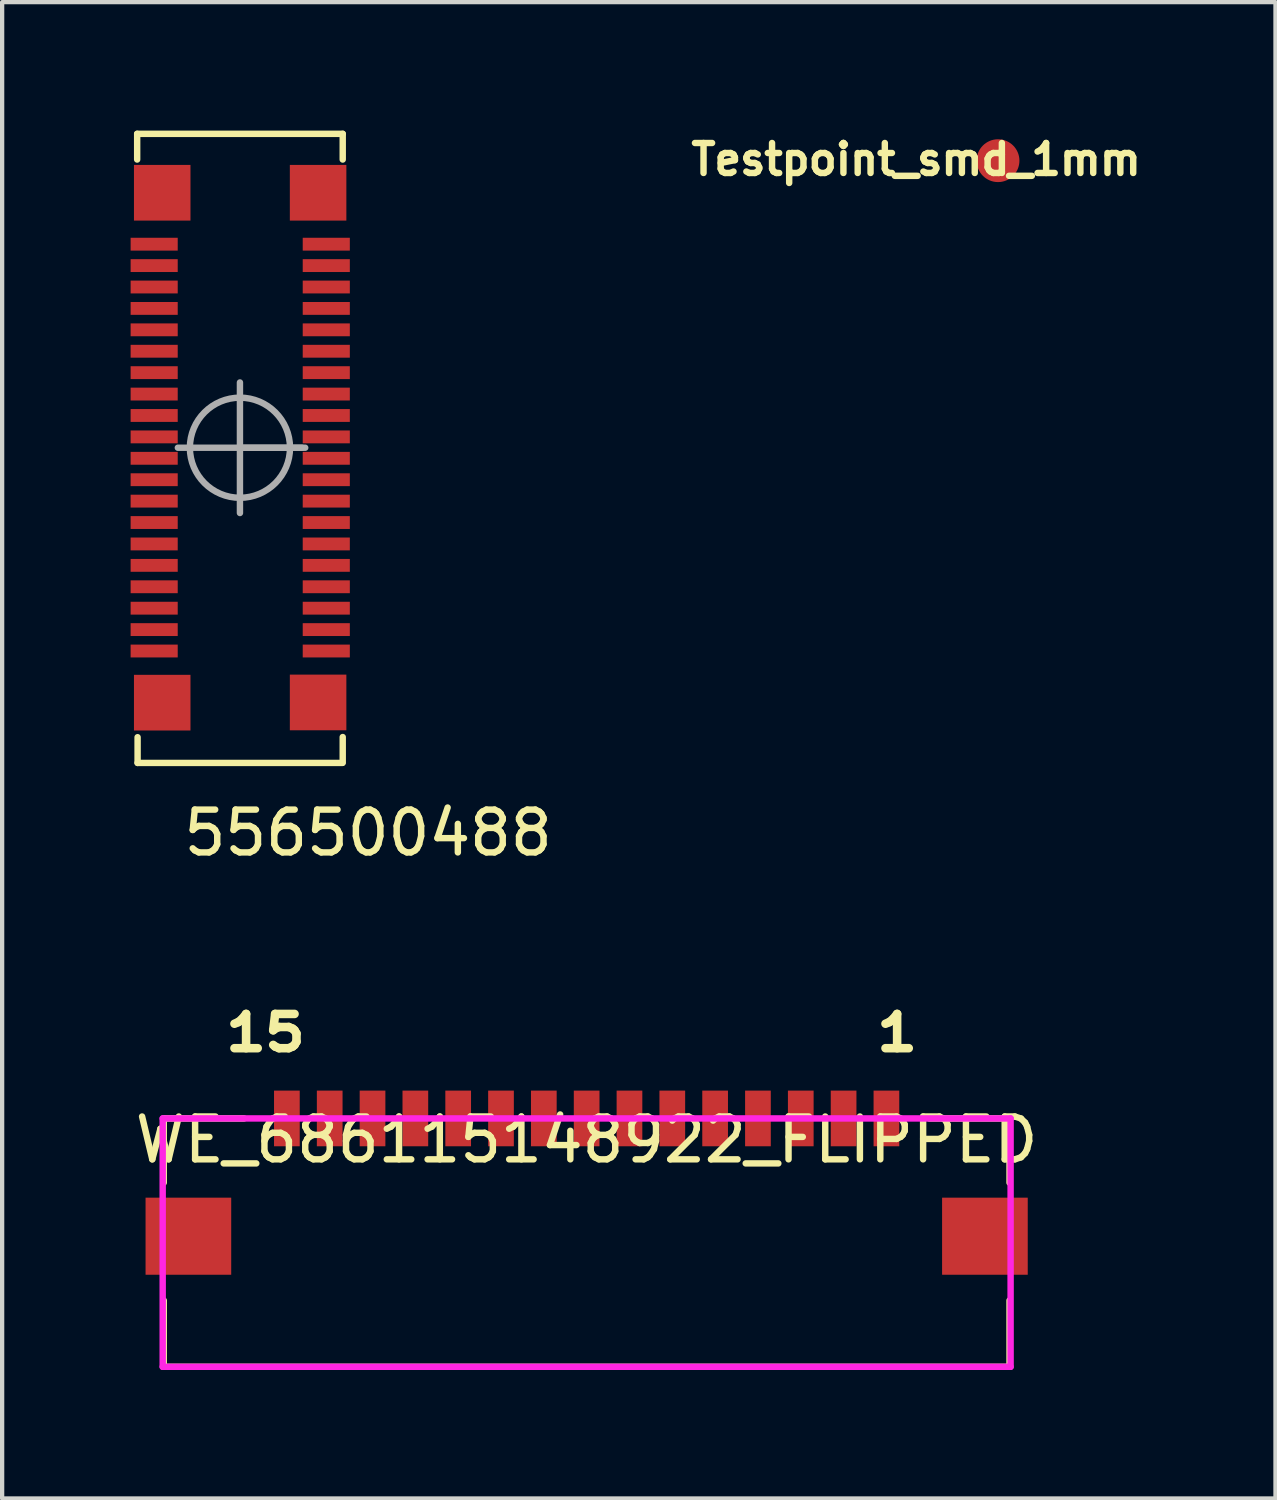
<source format=kicad_pcb>
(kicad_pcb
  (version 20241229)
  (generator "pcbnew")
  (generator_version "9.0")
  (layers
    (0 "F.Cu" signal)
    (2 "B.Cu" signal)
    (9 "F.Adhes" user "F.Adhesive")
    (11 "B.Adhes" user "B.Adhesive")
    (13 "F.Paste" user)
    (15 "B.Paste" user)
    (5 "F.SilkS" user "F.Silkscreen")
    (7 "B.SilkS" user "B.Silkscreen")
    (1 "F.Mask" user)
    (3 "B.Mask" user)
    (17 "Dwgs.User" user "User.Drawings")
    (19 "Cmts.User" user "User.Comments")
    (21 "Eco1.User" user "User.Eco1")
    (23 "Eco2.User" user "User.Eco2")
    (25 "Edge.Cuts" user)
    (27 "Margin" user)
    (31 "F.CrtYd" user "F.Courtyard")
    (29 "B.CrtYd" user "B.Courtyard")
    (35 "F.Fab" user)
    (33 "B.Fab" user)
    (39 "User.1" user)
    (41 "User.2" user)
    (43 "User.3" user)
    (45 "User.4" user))
  (footprint "Testpoint_smd_1mm"
    (layer "F.Cu")
    (at 20.255 0.753)
    (property "Reference" "Testpoint_smd_1mm" (at -1.91 -0.08 0) (layer "F.SilkS") (effects (font (size 0.7 0.7) (thickness 0.15))))
    (attr exclude_from_pos_files exclude_from_bom)
    (pad "1" smd circle (at 0 -0.051) (size 1 1) (layers "F.Cu" "F.Mask")))
  (footprint "556500488"
    (layer "F.Cu")
    (at 2.546 7.4)
    (property "Reference" "556500488" (at 3 9 0) (layer "F.SilkS") (effects (font (size 1 1) (thickness 0.15))))
    (attr smd)
    (fp_line (start -2.393 -7.325) (end 2.407 -7.325) (stroke (width 0.15) (type solid)) (layer "F.SilkS"))
    (fp_line (start -2.393 -6.725) (end -2.393 -7.325) (stroke (width 0.15) (type solid)) (layer "F.SilkS"))
    (fp_line (start -2.383 7.365) (end -2.383 6.765) (stroke (width 0.15) (type solid)) (layer "F.SilkS"))
    (fp_line (start 2.397 7.365) (end -2.383 7.365) (stroke (width 0.15) (type solid)) (layer "F.SilkS"))
    (fp_line (start 2.407 -7.325) (end 2.407 -6.725) (stroke (width 0.15) (type solid)) (layer "F.SilkS"))
    (fp_line (start 2.407 6.761) (end 2.407 7.361) (stroke (width 0.15) (type solid)) (layer "F.SilkS"))
    (fp_line (start 0.007 0.005) (end -1.443 0.005) (stroke (width 0.15) (type solid)) (layer "F.Fab"))
    (fp_line (start 0.007 0.005) (end 0.007 -1.519) (stroke (width 0.15) (type solid)) (layer "F.Fab"))
    (fp_line (start 0.007 0.005) (end 0.007 1.529) (stroke (width 0.15) (type solid)) (layer "F.Fab"))
    (fp_line (start 0.007 0.005) (end 1.457 0.005) (stroke (width 0.15) (type solid)) (layer "F.Fab"))
    (fp_line (start 0.007 0.005) (end 1.531 0.005) (stroke (width 0.15) (type solid)) (layer "F.Fab"))
    (fp_circle (center 0.007 0.005) (end 1.176 0.005) (stroke (width 0.15) (type solid)) (fill no) (layer "F.Fab"))
    (pad "" smd rect (at -1.808 -5.949 90) (size 1.3 1.32) (layers "F.Cu" "F.Mask" "F.Paste"))
    (pad "" smd rect (at -1.808 5.958 90) (size 1.3 1.32) (layers "F.Cu" "F.Mask" "F.Paste"))
    (pad "" smd rect (at 1.832 -5.949 90) (size 1.3 1.32) (layers "F.Cu" "F.Mask" "F.Paste"))
    (pad "" smd rect (at 1.832 5.953 90) (size 1.3 1.32) (layers "F.Cu" "F.Mask" "F.Paste"))
    (pad "1" smd rect (at 2.023 -4.748 90) (size 0.3 1.1) (layers "F.Cu" "F.Mask" "F.Paste"))
    (pad "2" smd rect (at 2.023 -4.248 90) (size 0.3 1.1) (layers "F.Cu" "F.Mask" "F.Paste"))
    (pad "3" smd rect (at 2.023 -3.748 90) (size 0.3 1.1) (layers "F.Cu" "F.Mask" "F.Paste"))
    (pad "4" smd rect (at 2.023 -3.248 90) (size 0.3 1.1) (layers "F.Cu" "F.Mask" "F.Paste"))
    (pad "5" smd rect (at 2.023 -2.748 90) (size 0.3 1.1) (layers "F.Cu" "F.Mask" "F.Paste"))
    (pad "6" smd rect (at 2.023 -2.248 90) (size 0.3 1.1) (layers "F.Cu" "F.Mask" "F.Paste"))
    (pad "7" smd rect (at 2.023 -1.748 90) (size 0.3 1.1) (layers "F.Cu" "F.Mask" "F.Paste"))
    (pad "8" smd rect (at 2.023 -1.248 90) (size 0.3 1.1) (layers "F.Cu" "F.Mask" "F.Paste"))
    (pad "9" smd rect (at 2.023 -0.748 90) (size 0.3 1.1) (layers "F.Cu" "F.Mask" "F.Paste"))
    (pad "10" smd rect (at 2.023 -0.248 90) (size 0.3 1.1) (layers "F.Cu" "F.Mask" "F.Paste"))
    (pad "11" smd rect (at 2.023 0.252 90) (size 0.3 1.1) (layers "F.Cu" "F.Mask" "F.Paste"))
    (pad "12" smd rect (at 2.023 0.752 90) (size 0.3 1.1) (layers "F.Cu" "F.Mask" "F.Paste"))
    (pad "13" smd rect (at 2.023 1.252 90) (size 0.3 1.1) (layers "F.Cu" "F.Mask" "F.Paste"))
    (pad "14" smd rect (at 2.023 1.752 90) (size 0.3 1.1) (layers "F.Cu" "F.Mask" "F.Paste"))
    (pad "15" smd rect (at 2.023 2.252 90) (size 0.3 1.1) (layers "F.Cu" "F.Mask" "F.Paste"))
    (pad "16" smd rect (at 2.023 2.752 90) (size 0.3 1.1) (layers "F.Cu" "F.Mask" "F.Paste"))
    (pad "17" smd rect (at 2.023 3.252 90) (size 0.3 1.1) (layers "F.Cu" "F.Mask" "F.Paste"))
    (pad "18" smd rect (at 2.023 3.752 90) (size 0.3 1.1) (layers "F.Cu" "F.Mask" "F.Paste"))
    (pad "19" smd rect (at 2.023 4.252 90) (size 0.3 1.1) (layers "F.Cu" "F.Mask" "F.Paste"))
    (pad "20" smd rect (at 2.023 4.752 90) (size 0.3 1.1) (layers "F.Cu" "F.Mask" "F.Paste"))
    (pad "21" smd rect (at -1.996 -4.748 90) (size 0.3 1.1) (layers "F.Cu" "F.Mask" "F.Paste"))
    (pad "22" smd rect (at -1.996 -4.248 90) (size 0.3 1.1) (layers "F.Cu" "F.Mask" "F.Paste"))
    (pad "23" smd rect (at -1.996 -3.748 90) (size 0.3 1.1) (layers "F.Cu" "F.Mask" "F.Paste"))
    (pad "24" smd rect (at -1.996 -3.248 90) (size 0.3 1.1) (layers "F.Cu" "F.Mask" "F.Paste"))
    (pad "25" smd rect (at -1.996 -2.748 90) (size 0.3 1.1) (layers "F.Cu" "F.Mask" "F.Paste"))
    (pad "26" smd rect (at -1.996 -2.248 90) (size 0.3 1.1) (layers "F.Cu" "F.Mask" "F.Paste"))
    (pad "27" smd rect (at -1.996 -1.748 90) (size 0.3 1.1) (layers "F.Cu" "F.Mask" "F.Paste"))
    (pad "28" smd rect (at -1.996 -1.248 90) (size 0.3 1.1) (layers "F.Cu" "F.Mask" "F.Paste"))
    (pad "29" smd rect (at -1.996 -0.748 90) (size 0.3 1.1) (layers "F.Cu" "F.Mask" "F.Paste"))
    (pad "30" smd rect (at -1.996 -0.248 90) (size 0.3 1.1) (layers "F.Cu" "F.Mask" "F.Paste"))
    (pad "31" smd rect (at -1.996 0.252 90) (size 0.3 1.1) (layers "F.Cu" "F.Mask" "F.Paste"))
    (pad "32" smd rect (at -1.996 0.752 90) (size 0.3 1.1) (layers "F.Cu" "F.Mask" "F.Paste"))
    (pad "33" smd rect (at -1.996 1.252 90) (size 0.3 1.1) (layers "F.Cu" "F.Mask" "F.Paste"))
    (pad "34" smd rect (at -1.996 1.752 90) (size 0.3 1.1) (layers "F.Cu" "F.Mask" "F.Paste"))
    (pad "35" smd rect (at -1.996 2.252 90) (size 0.3 1.1) (layers "F.Cu" "F.Mask" "F.Paste"))
    (pad "36" smd rect (at -1.996 2.752 90) (size 0.3 1.1) (layers "F.Cu" "F.Mask" "F.Paste"))
    (pad "37" smd rect (at -1.996 3.252 90) (size 0.3 1.1) (layers "F.Cu" "F.Mask" "F.Paste"))
    (pad "38" smd rect (at -1.996 3.752 90) (size 0.3 1.1) (layers "F.Cu" "F.Mask" "F.Paste"))
    (pad "39" smd rect (at -1.996 4.252 90) (size 0.3 1.1) (layers "F.Cu" "F.Mask" "F.Paste"))
    (pad "40" smd rect (at -1.996 4.752 90) (size 0.3 1.1) (layers "F.Cu" "F.Mask" "F.Paste")))
  (footprint "WE_686115148922_FLIPPED"
    (layer "F.Cu")
    (at 10.649 23.067)
    (property "Reference" "WE_686115148922_FLIPPED" (at 0 0.5 0) (layer "F.SilkS") (effects (font (size 1 1) (thickness 0.15))))
    (attr through_hole)
    (fp_line (start -9.875 0) (end -9.875 1.5) (stroke (width 0.15) (type solid)) (layer "F.SilkS"))
    (fp_line (start -9.875 4.25) (end -9.875 5.8) (stroke (width 0.15) (type solid)) (layer "F.SilkS"))
    (fp_line (start -9.875 5.8) (end 9.875 5.8) (stroke (width 0.15) (type solid)) (layer "F.SilkS"))
    (fp_line (start -8 0) (end -9.875 0) (stroke (width 0.15) (type solid)) (layer "F.SilkS"))
    (fp_line (start 8 0) (end 9.875 0) (stroke (width 0.15) (type solid)) (layer "F.SilkS"))
    (fp_line (start 9.875 0) (end 9.875 1.5) (stroke (width 0.15) (type solid)) (layer "F.SilkS"))
    (fp_line (start 9.875 4.25) (end 9.875 5.8) (stroke (width 0.15) (type solid)) (layer "F.SilkS"))
    (fp_line (start -9.9 0) (end -9.9 5.8) (stroke (width 0.15) (type solid)) (layer "F.CrtYd"))
    (fp_line (start -9.9 5.8) (end 9.9 5.8) (stroke (width 0.15) (type solid)) (layer "F.CrtYd"))
    (fp_line (start 9.9 0) (end -9.9 0) (stroke (width 0.15) (type solid)) (layer "F.CrtYd"))
    (fp_line (start 9.9 5.8) (end 9.9 0) (stroke (width 0.15) (type solid)) (layer "F.CrtYd"))
    (fp_text user "15" (at -7.5 -2 0) (layer "F.SilkS") (effects (font (size 0.8 0.95) (thickness 0.2))))
    (fp_text user "1" (at 7.25 -2 0) (layer "F.SilkS") (effects (font (size 0.8 0.95) (thickness 0.2))))
    (pad "1" smd rect (at 7 0) (size 0.6 1.3) (layers "F.Cu" "F.Mask" "F.Paste"))
    (pad "2" smd rect (at 6 0) (size 0.6 1.3) (layers "F.Cu" "F.Mask" "F.Paste"))
    (pad "3" smd rect (at 5 0) (size 0.6 1.3) (layers "F.Cu" "F.Mask" "F.Paste"))
    (pad "4" smd rect (at 4 0) (size 0.6 1.3) (layers "F.Cu" "F.Mask" "F.Paste"))
    (pad "5" smd rect (at 3 0) (size 0.6 1.3) (layers "F.Cu" "F.Mask" "F.Paste"))
    (pad "6" smd rect (at 2 0 180) (size 0.6 1.3) (layers "F.Cu" "F.Mask" "F.Paste"))
    (pad "7" smd rect (at 1 0) (size 0.6 1.3) (layers "F.Cu" "F.Mask" "F.Paste"))
    (pad "8" smd rect (at 0 0) (size 0.6 1.3) (layers "F.Cu" "F.Mask" "F.Paste"))
    (pad "9" smd rect (at -1 0) (size 0.6 1.3) (layers "F.Cu" "F.Mask" "F.Paste"))
    (pad "10" smd rect (at -2 0) (size 0.6 1.3) (layers "F.Cu" "F.Mask" "F.Paste"))
    (pad "11" smd rect (at -3 0) (size 0.6 1.3) (layers "F.Cu" "F.Mask" "F.Paste"))
    (pad "12" smd rect (at -4 0) (size 0.6 1.3) (layers "F.Cu" "F.Mask" "F.Paste"))
    (pad "13" smd rect (at -5 0) (size 0.6 1.3) (layers "F.Cu" "F.Mask" "F.Paste"))
    (pad "14" smd rect (at -6 0) (size 0.6 1.3) (layers "F.Cu" "F.Mask" "F.Paste"))
    (pad "15" smd rect (at -7 0) (size 0.6 1.3) (layers "F.Cu" "F.Mask" "F.Paste"))
    (pad "M" smd rect (at -9.3 2.75) (size 2 1.8) (layers "F.Cu" "F.Mask" "F.Paste"))
    (pad "M" smd rect (at 9.3 2.75) (size 2 1.8) (layers "F.Cu" "F.Mask" "F.Paste")))
  (gr_rect
    (start -3 -3)
    (end 26.734 31.942)
    (stroke (width 0.1) (type default))
    (fill no)
    (layer "Edge.Cuts")))
</source>
